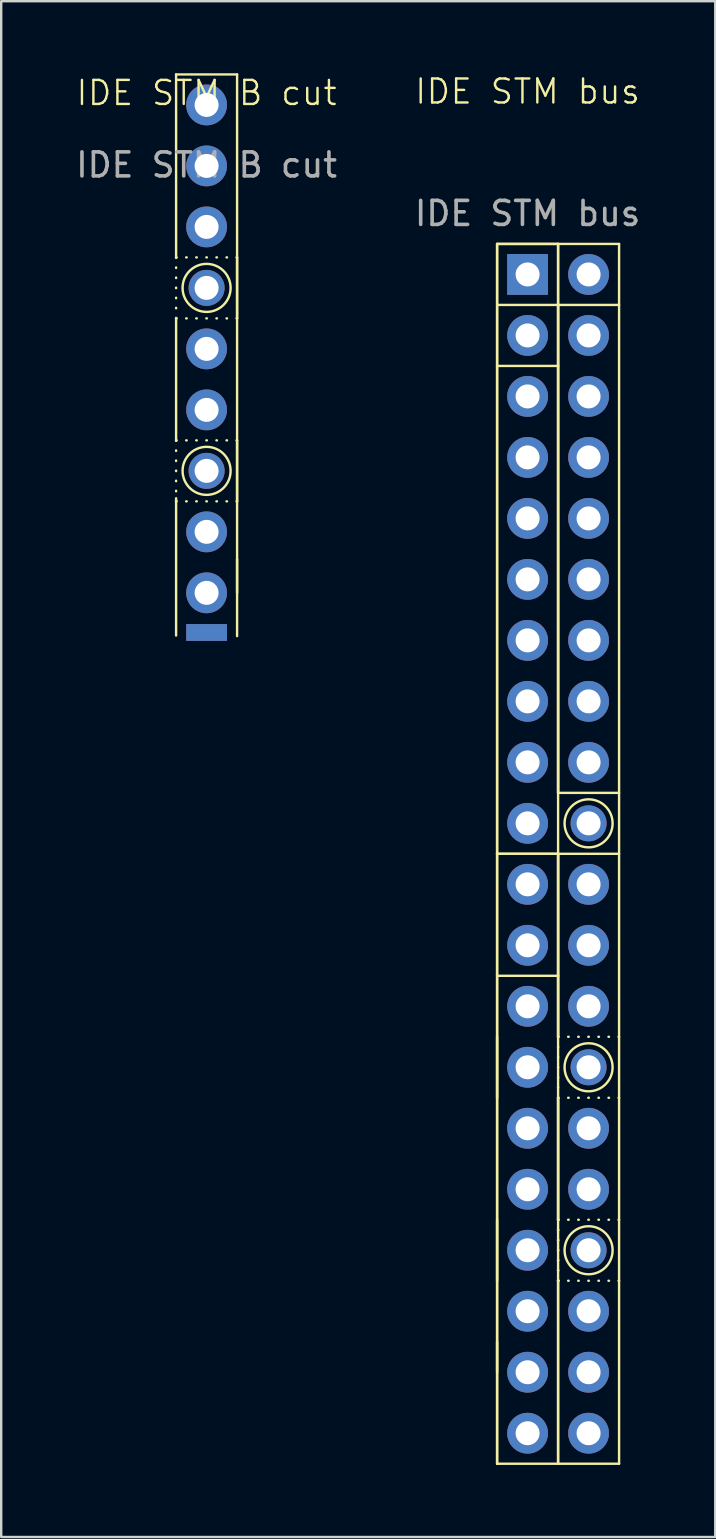
<source format=kicad_pcb>
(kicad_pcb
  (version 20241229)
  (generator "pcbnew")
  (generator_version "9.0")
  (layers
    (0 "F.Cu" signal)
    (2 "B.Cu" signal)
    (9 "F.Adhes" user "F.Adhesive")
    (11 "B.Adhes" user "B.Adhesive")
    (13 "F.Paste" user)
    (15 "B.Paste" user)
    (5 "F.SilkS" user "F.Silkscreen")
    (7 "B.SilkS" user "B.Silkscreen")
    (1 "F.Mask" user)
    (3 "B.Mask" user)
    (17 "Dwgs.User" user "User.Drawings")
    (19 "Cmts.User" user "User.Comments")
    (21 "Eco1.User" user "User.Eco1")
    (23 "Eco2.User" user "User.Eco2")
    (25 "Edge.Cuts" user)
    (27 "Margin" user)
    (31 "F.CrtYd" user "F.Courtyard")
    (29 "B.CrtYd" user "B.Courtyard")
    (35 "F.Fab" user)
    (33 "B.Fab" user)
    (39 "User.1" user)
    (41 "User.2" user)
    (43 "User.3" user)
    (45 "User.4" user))
  (footprint "IDE STM bus"
    (layer "F.Cu")
    (at 18.923 8.38)
    (property "Reference" "IDE STM bus" (at 0 -7.62 0) (unlocked yes) (layer "F.SilkS") (effects (font (size 1 1) (thickness 0.1))))
    (attr through_hole)
    (fp_line (start -1.27 -1.27) (end -1.27 3.81) (stroke (width 0.1) (type default)) (layer "F.SilkS"))
    (fp_line (start -1.27 -1.27) (end -1.27 24.13) (stroke (width 0.1) (type default)) (layer "F.SilkS"))
    (fp_line (start -1.27 1.27) (end 1.27 1.27) (stroke (width 0.1) (type default)) (layer "F.SilkS"))
    (fp_line (start -1.27 3.81) (end 1.27 3.81) (stroke (width 0.1) (type default)) (layer "F.SilkS"))
    (fp_line (start -1.27 24.13) (end -1.27 3.81) (stroke (width 0.1) (type default)) (layer "F.SilkS"))
    (fp_line (start -1.27 24.13) (end -1.27 29.21) (stroke (width 0.1) (type default)) (layer "F.SilkS"))
    (fp_line (start -1.27 24.13) (end -1.27 45.72) (stroke (width 0.1) (type default)) (layer "F.SilkS"))
    (fp_line (start -1.27 29.21) (end -1.27 49.53) (stroke (width 0.1) (type default)) (layer "F.SilkS"))
    (fp_line (start -1.27 31.75) (end -1.27 34.29) (stroke (width 0.1) (type default)) (layer "F.SilkS"))
    (fp_line (start -1.27 39.37) (end -1.27 41.91) (stroke (width 0.1) (type default)) (layer "F.SilkS"))
    (fp_line (start -1.27 49.53) (end -1.27 44.45) (stroke (width 0.1) (type default)) (layer "F.SilkS"))
    (fp_line (start -1.27 49.53) (end 1.27 49.53) (stroke (width 0.1) (type default)) (layer "F.SilkS"))
    (fp_line (start 1.27 -1.27) (end -1.27 -1.27) (stroke (width 0.1) (type default)) (layer "F.SilkS"))
    (fp_line (start 1.27 -1.27) (end -1.27 -1.27) (stroke (width 0.1) (type default)) (layer "F.SilkS"))
    (fp_line (start 1.27 -1.27) (end 3.81 -1.27) (stroke (width 0.1) (type default)) (layer "F.SilkS"))
    (fp_line (start 1.27 1.27) (end 1.27 -1.27) (stroke (width 0.1) (type default)) (layer "F.SilkS"))
    (fp_line (start 1.27 1.27) (end 3.81 1.27) (stroke (width 0.1) (type default)) (layer "F.SilkS"))
    (fp_line (start 1.27 3.81) (end 1.27 -1.27) (stroke (width 0.1) (type default)) (layer "F.SilkS"))
    (fp_line (start 1.27 3.81) (end 1.27 24.13) (stroke (width 0.1) (type default)) (layer "F.SilkS"))
    (fp_line (start 1.27 21.59) (end 1.27 1.27) (stroke (width 0.1) (type default)) (layer "F.SilkS"))
    (fp_line (start 1.27 21.59) (end 1.27 1.27) (stroke (width 0.1) (type default)) (layer "F.SilkS"))
    (fp_line (start 1.27 24.13) (end -1.27 24.13) (stroke (width 0.1) (type default)) (layer "F.SilkS"))
    (fp_line (start 1.27 24.13) (end -1.27 24.13) (stroke (width 0.1) (type default)) (layer "F.SilkS"))
    (fp_line (start 1.27 24.13) (end 1.27 31.75) (stroke (width 0.1) (type default)) (layer "F.SilkS"))
    (fp_line (start 1.27 24.13) (end 1.27 31.75) (stroke (width 0.1) (type default)) (layer "F.SilkS"))
    (fp_line (start 1.27 24.13) (end 3.81 24.13) (stroke (width 0.1) (type default)) (layer "F.SilkS"))
    (fp_line (start 1.27 29.21) (end -1.27 29.21) (stroke (width 0.1) (type default)) (layer "F.SilkS"))
    (fp_line (start 1.27 29.21) (end 1.27 24.13) (stroke (width 0.1) (type default)) (layer "F.SilkS"))
    (fp_line (start 1.27 31.75) (end 1.27 34.29) (stroke (width 0.1) (type dot)) (layer "F.SilkS"))
    (fp_line (start 1.27 31.75) (end 3.81 31.75) (stroke (width 0.1) (type dot)) (layer "F.SilkS"))
    (fp_line (start 1.27 34.29) (end 1.27 39.37) (stroke (width 0.1) (type default)) (layer "F.SilkS"))
    (fp_line (start 1.27 34.29) (end 1.27 39.37) (stroke (width 0.1) (type default)) (layer "F.SilkS"))
    (fp_line (start 1.27 39.37) (end 1.27 41.91) (stroke (width 0.1) (type dot)) (layer "F.SilkS"))
    (fp_line (start 1.27 39.37) (end 1.27 41.91) (stroke (width 0.1) (type dot)) (layer "F.SilkS"))
    (fp_line (start 1.27 39.37) (end 3.81 39.37) (stroke (width 0.1) (type dot)) (layer "F.SilkS"))
    (fp_line (start 1.27 41.91) (end 1.27 49.53) (stroke (width 0.1) (type default)) (layer "F.SilkS"))
    (fp_line (start 1.27 49.53) (end 1.27 29.21) (stroke (width 0.1) (type default)) (layer "F.SilkS"))
    (fp_line (start 1.27 49.53) (end 3.81 49.53) (stroke (width 0.1) (type default)) (layer "F.SilkS"))
    (fp_line (start 3.81 -1.27) (end 3.81 49.53) (stroke (width 0.1) (type default)) (layer "F.SilkS"))
    (fp_line (start 3.81 21.59) (end 1.27 21.59) (stroke (width 0.1) (type default)) (layer "F.SilkS"))
    (fp_line (start 3.81 34.29) (end 1.27 34.29) (stroke (width 0.1) (type dot)) (layer "F.SilkS"))
    (fp_line (start 3.81 41.91) (end 1.27 41.91) (stroke (width 0.1) (type dot)) (layer "F.SilkS"))
    (fp_circle (center 2.54 22.86) (end 2.54 23.86) (stroke (width 0.1) (type default)) (fill no) (layer "F.SilkS"))
    (fp_circle (center 2.54 33.02) (end 2.54 34.02) (stroke (width 0.1) (type default)) (fill no) (layer "F.SilkS"))
    (fp_circle (center 2.54 40.64) (end 2.54 41.64) (stroke (width 0.1) (type default)) (fill no) (layer "F.SilkS"))
    (fp_text user "${REFERENCE}" (at 0 -2.54 0) (unlocked yes) (layer "F.Fab") (effects (font (size 1 1) (thickness 0.15))))
    (pad "3V3" thru_hole rect (at 0 0 270) (size 1.7 1.7) (drill 1) (layers "*.Cu" "*.Mask"))
    (pad "A0" thru_hole circle (at 2.54 2.54 270) (size 1.7 1.7) (drill 1) (layers "*.Cu" "*.Mask"))
    (pad "A1" thru_hole circle (at 2.54 5.08 270) (size 1.7 1.7) (drill 1) (layers "*.Cu" "*.Mask"))
    (pad "A2" thru_hole circle (at 2.54 7.62 270) (size 1.7 1.7) (drill 1) (layers "*.Cu" "*.Mask"))
    (pad "A3" thru_hole circle (at 2.54 10.16 270) (size 1.7 1.7) (drill 1) (layers "*.Cu" "*.Mask"))
    (pad "A4" thru_hole circle (at 2.54 12.7 270) (size 1.7 1.7) (drill 1) (layers "*.Cu" "*.Mask"))
    (pad "A5" thru_hole circle (at 2.54 15.24 270) (size 1.7 1.7) (drill 1) (layers "*.Cu" "*.Mask"))
    (pad "A6" thru_hole circle (at 2.54 17.78 270) (size 1.7 1.7) (drill 1) (layers "*.Cu" "*.Mask"))
    (pad "A7" thru_hole circle (at 2.54 20.32 270) (size 1.7 1.7) (drill 1) (layers "*.Cu" "*.Mask"))
    (pad "B0" thru_hole circle (at 2.54 25.4 270) (size 1.7 1.7) (drill 1) (layers "*.Cu" "*.Mask"))
    (pad "B1" thru_hole circle (at 2.54 27.94 270) (size 1.7 1.7) (drill 1) (layers "*.Cu" "*.Mask"))
    (pad "B2" thru_hole circle (at 2.54 30.48 270) (size 1.7 1.7) (drill 1) (layers "*.Cu" "*.Mask"))
    (pad "B3" thru_hole circle (at 2.54 35.56 270) (size 1.7 1.7) (drill 1) (layers "*.Cu" "*.Mask"))
    (pad "B4" thru_hole circle (at 2.54 38.1 270) (size 1.7 1.7) (drill 1) (layers "*.Cu" "*.Mask"))
    (pad "B5" thru_hole circle (at 2.54 43.18 270) (size 1.7 1.7) (drill 1) (layers "*.Cu" "*.Mask"))
    (pad "B6" thru_hole circle (at 2.54 45.72 270) (size 1.7 1.7) (drill 1) (layers "*.Cu" "*.Mask"))
    (pad "B7" thru_hole circle (at 2.54 48.26 270) (size 1.7 1.7) (drill 1) (layers "*.Cu" "*.Mask"))
    (pad "C0" thru_hole circle (at 0 5.08 270) (size 1.7 1.7) (drill 1) (layers "*.Cu" "*.Mask"))
    (pad "C1" thru_hole circle (at 0 7.62 270) (size 1.7 1.7) (drill 1) (layers "*.Cu" "*.Mask"))
    (pad "C2" thru_hole circle (at 0 10.16 270) (size 1.7 1.7) (drill 1) (layers "*.Cu" "*.Mask"))
    (pad "C3" thru_hole circle (at 0 12.7 270) (size 1.7 1.7) (drill 1) (layers "*.Cu" "*.Mask"))
    (pad "C4" thru_hole circle (at 0 15.24 270) (size 1.7 1.7) (drill 1) (layers "*.Cu" "*.Mask"))
    (pad "C5" thru_hole circle (at 0 17.78 270) (size 1.7 1.7) (drill 1) (layers "*.Cu" "*.Mask"))
    (pad "C6" thru_hole circle (at 0 20.32 270) (size 1.7 1.7) (drill 1) (layers "*.Cu" "*.Mask"))
    (pad "C7" thru_hole circle (at 0 22.86 270) (size 1.7 1.7) (drill 1) (layers "*.Cu" "*.Mask"))
    (pad "D0" thru_hole circle (at 0 30.48 90) (size 1.7 1.7) (drill 1) (layers "*.Cu" "*.Mask"))
    (pad "D1" thru_hole circle (at 0 33.02 90) (size 1.7 1.7) (drill 1) (layers "*.Cu" "*.Mask"))
    (pad "D2" thru_hole circle (at 0 35.56 90) (size 1.7 1.7) (drill 1) (layers "*.Cu" "*.Mask"))
    (pad "D3" thru_hole circle (at 0 38.1 90) (size 1.7 1.7) (drill 1) (layers "*.Cu" "*.Mask"))
    (pad "D4" thru_hole circle (at 0 40.64 90) (size 1.7 1.7) (drill 1) (layers "*.Cu" "*.Mask"))
    (pad "D5" thru_hole circle (at 0 43.18 90) (size 1.7 1.7) (drill 1) (layers "*.Cu" "*.Mask"))
    (pad "D6" thru_hole circle (at 0 45.72 90) (size 1.7 1.7) (drill 1) (layers "*.Cu" "*.Mask"))
    (pad "D7" thru_hole circle (at 0 48.26 90) (size 1.7 1.7) (drill 1) (layers "*.Cu" "*.Mask"))
    (pad "GND" thru_hole circle (at 2.54 0 270) (size 1.7 1.7) (drill 1) (layers "*.Cu" "*.Mask"))
    (pad "SCL" thru_hole circle (at 0 25.4 90) (size 1.7 1.7) (drill 1) (layers "*.Cu" "*.Mask"))
    (pad "SDA" thru_hole circle (at 0 27.94 90) (size 1.7 1.7) (drill 1) (layers "*.Cu" "*.Mask"))
    (pad "VBusSense" thru_hole circle (at 0 2.54 270) (size 1.7 1.7) (drill 1) (layers "*.Cu" "*.Mask"))
    (pad "x20" thru_hole circle (at 2.54 22.86 270) (size 1.5 1.5) (drill 1) (layers "*.Cu" "*.Mask"))
    (pad "x28" thru_hole circle (at 2.54 33.02 270) (size 1.5 1.5) (drill 1) (layers "*.Cu" "*.Mask"))
    (pad "x34" thru_hole circle (at 2.54 40.64 270) (size 1.5 1.5) (drill 1) (layers "*.Cu" "*.Mask")))
  (footprint "IDE STM B cut"
    (layer "F.Cu")
    (at 5.554 1.32)
    (property "Reference" "IDE STM B cut" (at 0 -0.5 0) (unlocked yes) (layer "F.SilkS") (effects (font (size 1 1) (thickness 0.1))))
    (attr through_hole)
    (fp_line (start -1.27 -1.27) (end -1.27 6.35) (stroke (width 0.1) (type default)) (layer "F.SilkS"))
    (fp_line (start -1.27 -1.27) (end 1.27 -1.27) (stroke (width 0.1) (type default)) (layer "F.SilkS"))
    (fp_line (start -1.27 6.35) (end -1.27 8.89) (stroke (width 0.1) (type dot)) (layer "F.SilkS"))
    (fp_line (start -1.27 6.35) (end 1.27 6.35) (stroke (width 0.1) (type dot)) (layer "F.SilkS"))
    (fp_line (start -1.27 8.89) (end -1.27 13.97) (stroke (width 0.1) (type default)) (layer "F.SilkS"))
    (fp_line (start -1.27 13.97) (end -1.27 16.51) (stroke (width 0.1) (type dot)) (layer "F.SilkS"))
    (fp_line (start -1.27 13.97) (end 1.27 13.97) (stroke (width 0.1) (type dot)) (layer "F.SilkS"))
    (fp_line (start -1.27 16.383) (end -1.27 22.098) (stroke (width 0.1) (type default)) (layer "F.SilkS"))
    (fp_line (start 1.27 -1.27) (end 1.27 20.32) (stroke (width 0.1) (type default)) (layer "F.SilkS"))
    (fp_line (start 1.27 6.35) (end 1.27 8.89) (stroke (width 0.1) (type default)) (layer "F.SilkS"))
    (fp_line (start 1.27 8.89) (end -1.27 8.89) (stroke (width 0.1) (type dot)) (layer "F.SilkS"))
    (fp_line (start 1.27 13.97) (end 1.27 16.51) (stroke (width 0.1) (type default)) (layer "F.SilkS"))
    (fp_line (start 1.27 16.51) (end -1.27 16.51) (stroke (width 0.1) (type dot)) (layer "F.SilkS"))
    (fp_line (start 1.27 22.123) (end 1.27 18.923) (stroke (width 0.1) (type default)) (layer "F.SilkS"))
    (fp_circle (center 0 7.62) (end 0 8.62) (stroke (width 0.1) (type default)) (fill no) (layer "F.SilkS"))
    (fp_circle (center 0 15.24) (end 0 16.24) (stroke (width 0.1) (type default)) (fill no) (layer "F.SilkS"))
    (fp_text user "${REFERENCE}" (at 0 2.5 0) (unlocked yes) (layer "F.Fab") (effects (font (size 1 1) (thickness 0.15))))
    (pad "B0" thru_hole circle (at 0 0 270) (size 1.7 1.7) (drill 1) (layers "*.Cu" "*.Mask"))
    (pad "B1" thru_hole circle (at 0 2.54 270) (size 1.7 1.7) (drill 1) (layers "*.Cu" "*.Mask"))
    (pad "B2" thru_hole circle (at 0 5.08 270) (size 1.7 1.7) (drill 1) (layers "*.Cu" "*.Mask"))
    (pad "B3" thru_hole circle (at 0 10.16 270) (size 1.7 1.7) (drill 1) (layers "*.Cu" "*.Mask"))
    (pad "B4" thru_hole circle (at 0 12.7 270) (size 1.7 1.7) (drill 1) (layers "*.Cu" "*.Mask"))
    (pad "B5" thru_hole circle (at 0 17.78 270) (size 1.7 1.7) (drill 1) (layers "*.Cu" "*.Mask"))
    (pad "B6" thru_hole circle (at 0 20.32 270) (size 1.7 1.7) (drill 1) (layers "*.Cu" "*.Mask"))
    (pad "B7" connect rect (at 0 21.971 270) (size 0.7 1.7) (layers "F.Cu" "F.Mask"))
    (pad "B7" connect rect (at 0 21.971 270) (size 0.7 1.7) (layers "B.Cu" "B.Mask"))
    (pad "x28" thru_hole circle (at 0 7.62 270) (size 1.5 1.5) (drill 1) (layers "*.Cu" "*.Mask"))
    (pad "x34" thru_hole circle (at 0 15.24 270) (size 1.5 1.5) (drill 1) (layers "*.Cu" "*.Mask")))
  (gr_rect
    (start -3 -3)
    (end 26.738 60.961)
    (stroke (width 0.1) (type default))
    (fill no)
    (layer "Edge.Cuts")))
</source>
